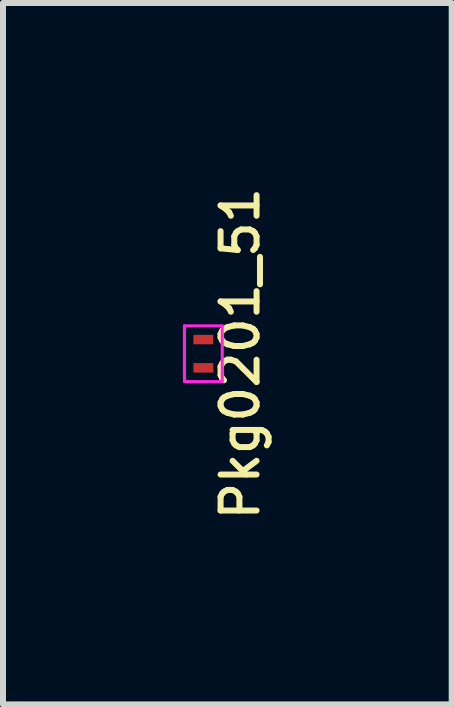
<source format=kicad_pcb>
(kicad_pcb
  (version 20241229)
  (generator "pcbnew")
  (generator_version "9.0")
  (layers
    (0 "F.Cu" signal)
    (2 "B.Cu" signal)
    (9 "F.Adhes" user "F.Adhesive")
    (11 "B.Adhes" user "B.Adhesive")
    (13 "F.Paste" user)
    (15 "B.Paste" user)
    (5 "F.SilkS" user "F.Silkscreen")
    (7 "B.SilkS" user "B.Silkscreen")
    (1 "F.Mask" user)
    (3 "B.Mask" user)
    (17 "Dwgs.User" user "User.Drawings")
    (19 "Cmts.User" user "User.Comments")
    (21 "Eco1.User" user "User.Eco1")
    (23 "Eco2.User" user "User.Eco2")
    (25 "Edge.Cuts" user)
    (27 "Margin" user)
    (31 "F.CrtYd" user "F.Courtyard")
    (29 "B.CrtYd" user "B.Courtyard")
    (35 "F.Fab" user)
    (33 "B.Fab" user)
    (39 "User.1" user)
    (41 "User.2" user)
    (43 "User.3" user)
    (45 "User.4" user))
  (footprint "Pkg0201_51"
    (layer "F.Cu")
    (at 0.34 2.847)
    (property "Reference" "Pkg0201_51" (at 0.615 0 90) (layer "F.SilkS") (effects (font (size 0.6 0.6) (thickness 0.1))))
    (fp_line (start -0.315 -0.465) (end -0.315 0.465) (stroke (width 0.05) (type solid)) (layer "F.CrtYd"))
    (fp_line (start -0.315 0.465) (end 0.315 0.465) (stroke (width 0.05) (type solid)) (layer "F.CrtYd"))
    (fp_line (start 0.315 -0.465) (end -0.315 -0.465) (stroke (width 0.05) (type solid)) (layer "F.CrtYd"))
    (fp_line (start 0.315 0.465) (end 0.315 -0.465) (stroke (width 0.05) (type solid)) (layer "F.CrtYd"))
    (pad "1" smd rect (at 0 -0.236) (size 0.33 0.158) (layers "F.Cu" "F.Mask" "F.Paste"))
    (pad "2" smd rect (at 0 0.236) (size 0.33 0.158) (layers "F.Cu" "F.Mask" "F.Paste")))
  (gr_rect
    (start -3 -3)
    (end 4.481 8.694)
    (stroke (width 0.1) (type default))
    (fill no)
    (layer "Edge.Cuts")))
</source>
